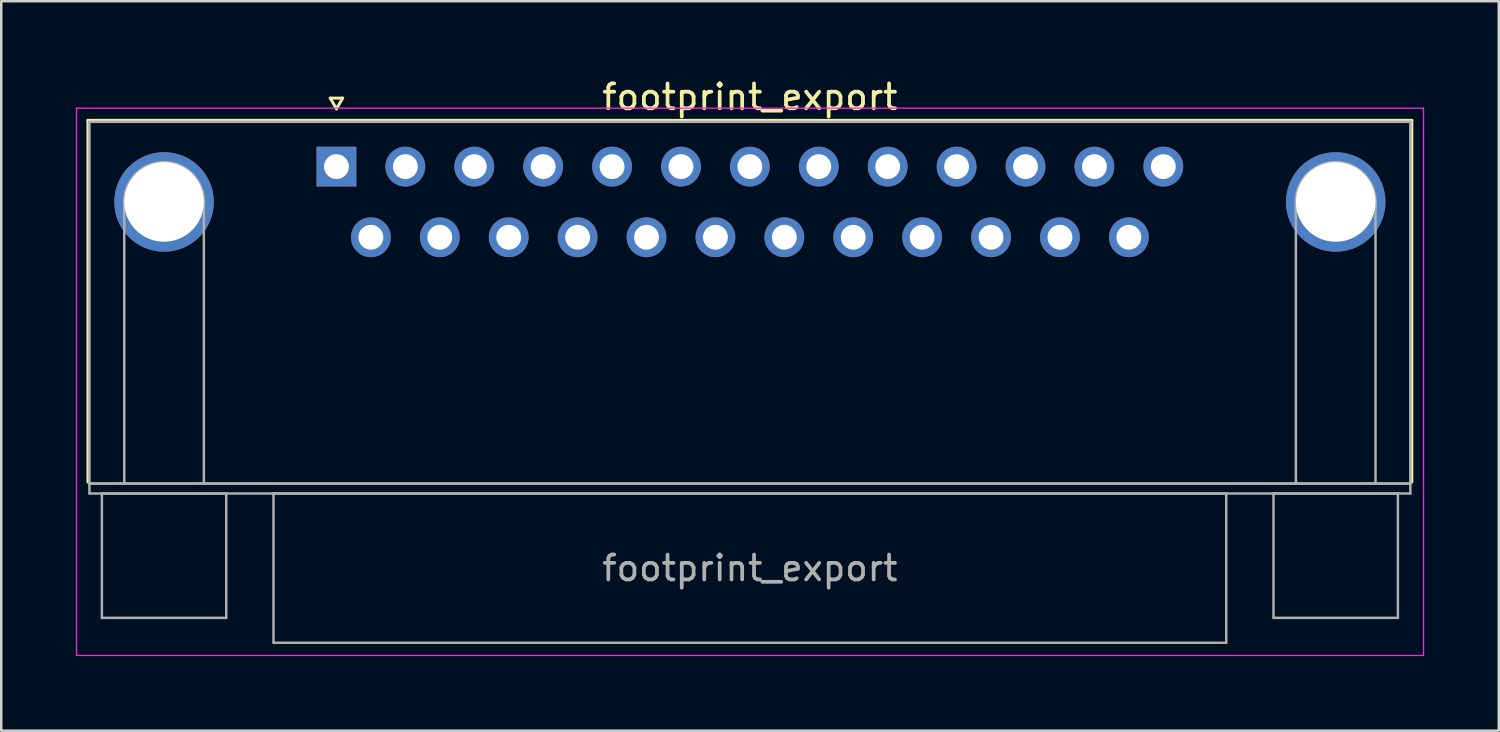
<source format=kicad_pcb>
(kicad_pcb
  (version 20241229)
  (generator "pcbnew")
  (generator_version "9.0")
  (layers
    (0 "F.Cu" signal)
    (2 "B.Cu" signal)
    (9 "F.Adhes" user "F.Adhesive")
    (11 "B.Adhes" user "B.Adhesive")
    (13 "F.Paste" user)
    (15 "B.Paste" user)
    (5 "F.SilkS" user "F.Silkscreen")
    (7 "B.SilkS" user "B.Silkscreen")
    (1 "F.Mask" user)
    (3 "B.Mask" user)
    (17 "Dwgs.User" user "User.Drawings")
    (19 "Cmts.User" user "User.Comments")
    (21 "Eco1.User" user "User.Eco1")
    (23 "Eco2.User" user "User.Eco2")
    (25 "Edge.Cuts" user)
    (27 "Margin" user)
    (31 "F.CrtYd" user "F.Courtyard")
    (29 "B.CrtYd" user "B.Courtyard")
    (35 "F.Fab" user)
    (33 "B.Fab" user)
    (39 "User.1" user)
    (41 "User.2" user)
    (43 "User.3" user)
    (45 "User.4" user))
  (footprint "footprint_export"
    (layer "F.Cu")
    (at 10.475 3.648)
    (property "Reference" "footprint_export" (at 16.62 -2.8 0) (layer "F.SilkS") (effects (font (size 1 1) (thickness 0.15))))
    (attr through_hole)
    (fp_line (start -9.99 -1.86) (end 43.23 -1.86) (stroke (width 0.12) (type solid)) (layer "F.SilkS"))
    (fp_line (start -9.99 12.68) (end -9.99 -1.86) (stroke (width 0.12) (type solid)) (layer "F.SilkS"))
    (fp_line (start -0.25 -2.754) (end 0.25 -2.754) (stroke (width 0.12) (type solid)) (layer "F.SilkS"))
    (fp_line (start 0 -2.321) (end -0.25 -2.754) (stroke (width 0.12) (type solid)) (layer "F.SilkS"))
    (fp_line (start 0.25 -2.754) (end 0 -2.321) (stroke (width 0.12) (type solid)) (layer "F.SilkS"))
    (fp_line (start 43.23 -1.86) (end 43.23 12.68) (stroke (width 0.12) (type solid)) (layer "F.SilkS"))
    (fp_line (start -10.45 -2.35) (end -10.45 19.65) (stroke (width 0.05) (type solid)) (layer "F.CrtYd"))
    (fp_line (start -10.45 19.65) (end 43.7 19.65) (stroke (width 0.05) (type solid)) (layer "F.CrtYd"))
    (fp_line (start 43.7 -2.35) (end -10.45 -2.35) (stroke (width 0.05) (type solid)) (layer "F.CrtYd"))
    (fp_line (start 43.7 19.65) (end 43.7 -2.35) (stroke (width 0.05) (type solid)) (layer "F.CrtYd"))
    (fp_line (start -9.93 -1.8) (end -9.93 12.74) (stroke (width 0.1) (type solid)) (layer "F.Fab"))
    (fp_line (start -9.93 12.74) (end -9.93 13.14) (stroke (width 0.1) (type solid)) (layer "F.Fab"))
    (fp_line (start -9.93 12.74) (end 43.17 12.74) (stroke (width 0.1) (type solid)) (layer "F.Fab"))
    (fp_line (start -9.93 13.14) (end 43.17 13.14) (stroke (width 0.1) (type solid)) (layer "F.Fab"))
    (fp_line (start -9.43 13.14) (end -9.43 18.14) (stroke (width 0.1) (type solid)) (layer "F.Fab"))
    (fp_line (start -9.43 18.14) (end -4.43 18.14) (stroke (width 0.1) (type solid)) (layer "F.Fab"))
    (fp_line (start -8.53 12.74) (end -8.53 1.42) (stroke (width 0.1) (type solid)) (layer "F.Fab"))
    (fp_line (start -5.33 12.74) (end -5.33 1.42) (stroke (width 0.1) (type solid)) (layer "F.Fab"))
    (fp_line (start -4.43 13.14) (end -9.43 13.14) (stroke (width 0.1) (type solid)) (layer "F.Fab"))
    (fp_line (start -4.43 18.14) (end -4.43 13.14) (stroke (width 0.1) (type solid)) (layer "F.Fab"))
    (fp_line (start -2.53 13.14) (end -2.53 19.14) (stroke (width 0.1) (type solid)) (layer "F.Fab"))
    (fp_line (start -2.53 19.14) (end 35.77 19.14) (stroke (width 0.1) (type solid)) (layer "F.Fab"))
    (fp_line (start 35.77 13.14) (end -2.53 13.14) (stroke (width 0.1) (type solid)) (layer "F.Fab"))
    (fp_line (start 35.77 19.14) (end 35.77 13.14) (stroke (width 0.1) (type solid)) (layer "F.Fab"))
    (fp_line (start 37.67 13.14) (end 37.67 18.14) (stroke (width 0.1) (type solid)) (layer "F.Fab"))
    (fp_line (start 37.67 18.14) (end 42.67 18.14) (stroke (width 0.1) (type solid)) (layer "F.Fab"))
    (fp_line (start 38.57 12.74) (end 38.57 1.42) (stroke (width 0.1) (type solid)) (layer "F.Fab"))
    (fp_line (start 41.77 12.74) (end 41.77 1.42) (stroke (width 0.1) (type solid)) (layer "F.Fab"))
    (fp_line (start 42.67 13.14) (end 37.67 13.14) (stroke (width 0.1) (type solid)) (layer "F.Fab"))
    (fp_line (start 42.67 18.14) (end 42.67 13.14) (stroke (width 0.1) (type solid)) (layer "F.Fab"))
    (fp_line (start 43.17 -1.8) (end -9.93 -1.8) (stroke (width 0.1) (type solid)) (layer "F.Fab"))
    (fp_line (start 43.17 12.74) (end -9.93 12.74) (stroke (width 0.1) (type solid)) (layer "F.Fab"))
    (fp_line (start 43.17 12.74) (end 43.17 -1.8) (stroke (width 0.1) (type solid)) (layer "F.Fab"))
    (fp_line (start 43.17 13.14) (end 43.17 12.74) (stroke (width 0.1) (type solid)) (layer "F.Fab"))
    (fp_arc (start -8.53 1.42) (mid -6.93 -0.18) (end -5.33 1.42) (stroke (width 0.1) (type solid)) (layer "F.Fab"))
    (fp_arc (start 38.57 1.42) (mid 40.17 -0.18) (end 41.77 1.42) (stroke (width 0.1) (type solid)) (layer "F.Fab"))
    (fp_text user "${REFERENCE}" (at 16.62 16.14 0) (layer "F.Fab") (effects (font (size 1 1) (thickness 0.15))))
    (pad "0" thru_hole circle (at -6.93 1.42) (size 4 4) (drill 3.2) (layers "*.Cu" "*.Mask"))
    (pad "0" thru_hole circle (at 40.17 1.42) (size 4 4) (drill 3.2) (layers "*.Cu" "*.Mask"))
    (pad "1" thru_hole rect (at 0 0) (size 1.6 1.6) (drill 1) (layers "*.Cu" "*.Mask"))
    (pad "2" thru_hole circle (at 2.77 0) (size 1.6 1.6) (drill 1) (layers "*.Cu" "*.Mask"))
    (pad "3" thru_hole circle (at 5.54 0) (size 1.6 1.6) (drill 1) (layers "*.Cu" "*.Mask"))
    (pad "4" thru_hole circle (at 8.31 0) (size 1.6 1.6) (drill 1) (layers "*.Cu" "*.Mask"))
    (pad "5" thru_hole circle (at 11.08 0) (size 1.6 1.6) (drill 1) (layers "*.Cu" "*.Mask"))
    (pad "6" thru_hole circle (at 13.85 0) (size 1.6 1.6) (drill 1) (layers "*.Cu" "*.Mask"))
    (pad "7" thru_hole circle (at 16.62 0) (size 1.6 1.6) (drill 1) (layers "*.Cu" "*.Mask"))
    (pad "8" thru_hole circle (at 19.39 0) (size 1.6 1.6) (drill 1) (layers "*.Cu" "*.Mask"))
    (pad "9" thru_hole circle (at 22.16 0) (size 1.6 1.6) (drill 1) (layers "*.Cu" "*.Mask"))
    (pad "10" thru_hole circle (at 24.93 0) (size 1.6 1.6) (drill 1) (layers "*.Cu" "*.Mask"))
    (pad "11" thru_hole circle (at 27.7 0) (size 1.6 1.6) (drill 1) (layers "*.Cu" "*.Mask"))
    (pad "12" thru_hole circle (at 30.47 0) (size 1.6 1.6) (drill 1) (layers "*.Cu" "*.Mask"))
    (pad "13" thru_hole circle (at 33.24 0) (size 1.6 1.6) (drill 1) (layers "*.Cu" "*.Mask"))
    (pad "14" thru_hole circle (at 1.385 2.84) (size 1.6 1.6) (drill 1) (layers "*.Cu" "*.Mask"))
    (pad "15" thru_hole circle (at 4.155 2.84) (size 1.6 1.6) (drill 1) (layers "*.Cu" "*.Mask"))
    (pad "16" thru_hole circle (at 6.925 2.84) (size 1.6 1.6) (drill 1) (layers "*.Cu" "*.Mask"))
    (pad "17" thru_hole circle (at 9.695 2.84) (size 1.6 1.6) (drill 1) (layers "*.Cu" "*.Mask"))
    (pad "18" thru_hole circle (at 12.465 2.84) (size 1.6 1.6) (drill 1) (layers "*.Cu" "*.Mask"))
    (pad "19" thru_hole circle (at 15.235 2.84) (size 1.6 1.6) (drill 1) (layers "*.Cu" "*.Mask"))
    (pad "20" thru_hole circle (at 18.005 2.84) (size 1.6 1.6) (drill 1) (layers "*.Cu" "*.Mask"))
    (pad "21" thru_hole circle (at 20.775 2.84) (size 1.6 1.6) (drill 1) (layers "*.Cu" "*.Mask"))
    (pad "22" thru_hole circle (at 23.545 2.84) (size 1.6 1.6) (drill 1) (layers "*.Cu" "*.Mask"))
    (pad "23" thru_hole circle (at 26.315 2.84) (size 1.6 1.6) (drill 1) (layers "*.Cu" "*.Mask"))
    (pad "24" thru_hole circle (at 29.085 2.84) (size 1.6 1.6) (drill 1) (layers "*.Cu" "*.Mask"))
    (pad "25" thru_hole circle (at 31.855 2.84) (size 1.6 1.6) (drill 1) (layers "*.Cu" "*.Mask")))
  (gr_rect
    (start -3 -3)
    (end 57.2 26.323)
    (stroke (width 0.1) (type default))
    (fill no)
    (layer "Edge.Cuts")))
</source>
